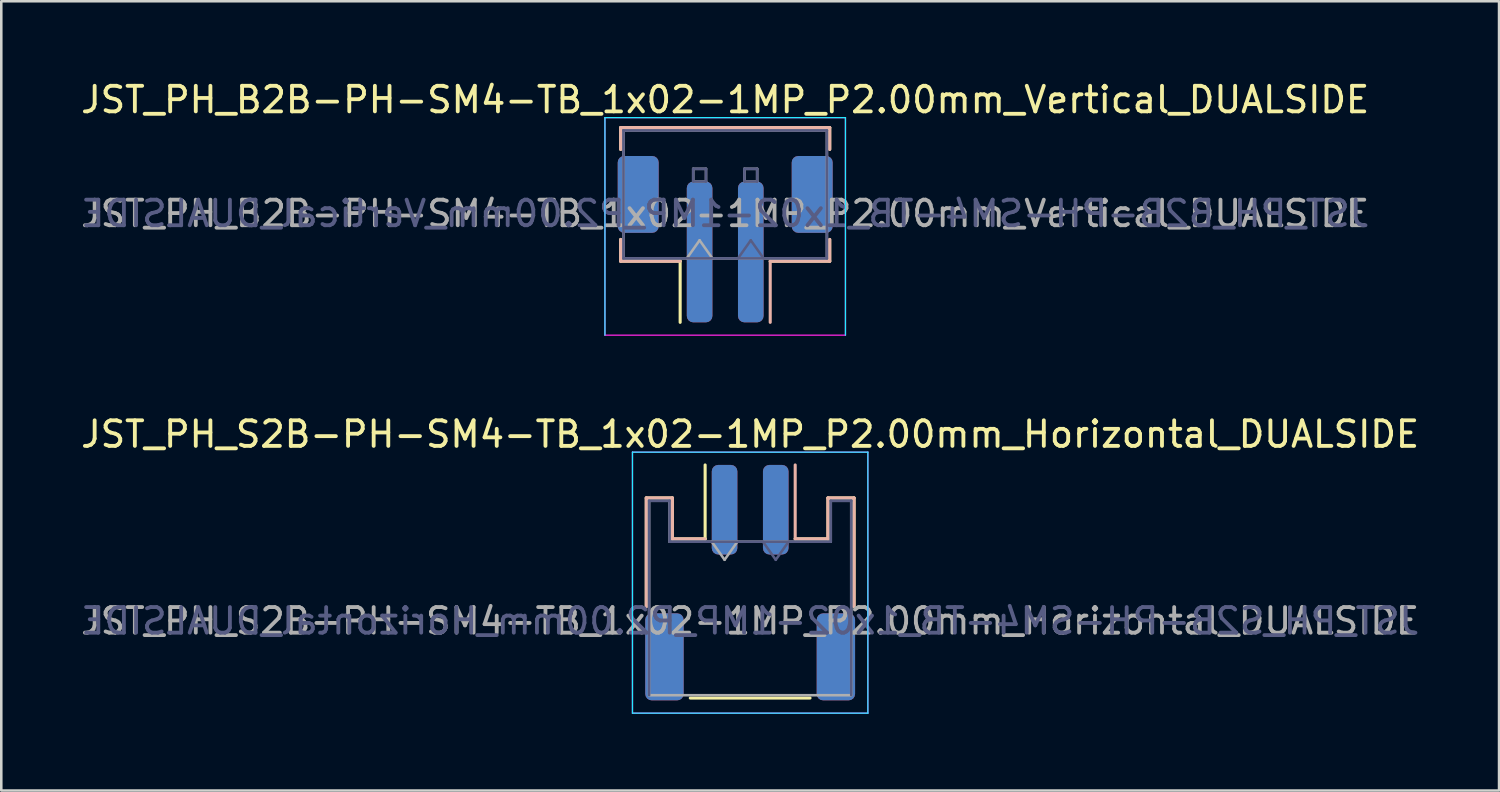
<source format=kicad_pcb>
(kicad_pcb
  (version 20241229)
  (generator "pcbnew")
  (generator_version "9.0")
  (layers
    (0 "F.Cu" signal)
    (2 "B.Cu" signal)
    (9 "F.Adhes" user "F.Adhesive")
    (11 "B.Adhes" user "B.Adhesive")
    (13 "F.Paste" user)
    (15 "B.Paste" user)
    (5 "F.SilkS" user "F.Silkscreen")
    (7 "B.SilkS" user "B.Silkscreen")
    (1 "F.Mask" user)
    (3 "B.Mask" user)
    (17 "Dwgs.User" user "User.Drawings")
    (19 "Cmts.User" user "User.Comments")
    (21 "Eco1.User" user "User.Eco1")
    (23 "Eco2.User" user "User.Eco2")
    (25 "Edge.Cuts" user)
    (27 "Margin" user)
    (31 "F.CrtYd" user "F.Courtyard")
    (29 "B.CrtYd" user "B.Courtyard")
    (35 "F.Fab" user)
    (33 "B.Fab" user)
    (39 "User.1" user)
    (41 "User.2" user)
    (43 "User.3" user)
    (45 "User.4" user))
  (footprint "JST_PH_B2B-PH-SM4-TB_1x02-1MP_P2.00mm_Vertical_DUALSIDE"
    (layer "F.Cu")
    (at 25.292 6.298)
    (property "Reference" "JST_PH_B2B-PH-SM4-TB_1x02-1MP_P2.00mm_Vertical_DUALSIDE" (at 0 -5.45 0) (layer "F.SilkS") (effects (font (size 1 1) (thickness 0.15))))
    (attr smd)
    (fp_line (start -4.085 -4.36) (end 4.085 -4.36) (stroke (width 0.12) (type solid)) (layer "F.SilkS"))
    (fp_line (start -4.085 -3.51) (end -4.085 -4.36) (stroke (width 0.12) (type solid)) (layer "F.SilkS"))
    (fp_line (start -4.085 0.01) (end -4.085 0.86) (stroke (width 0.12) (type solid)) (layer "F.SilkS"))
    (fp_line (start -4.085 0.86) (end -1.76 0.86) (stroke (width 0.12) (type solid)) (layer "F.SilkS"))
    (fp_line (start -1.76 0.86) (end -1.76 3.25) (stroke (width 0.12) (type solid)) (layer "F.SilkS"))
    (fp_line (start 4.085 -4.36) (end 4.085 -3.51) (stroke (width 0.12) (type solid)) (layer "F.SilkS"))
    (fp_line (start 4.085 0.01) (end 4.085 0.86) (stroke (width 0.12) (type solid)) (layer "F.SilkS"))
    (fp_line (start 4.085 0.86) (end 1.76 0.86) (stroke (width 0.12) (type solid)) (layer "F.SilkS"))
    (fp_line (start -4.085 -4.36) (end -4.085 -3.51) (stroke (width 0.12) (type solid)) (layer "B.SilkS"))
    (fp_line (start -4.085 0.01) (end -4.085 0.86) (stroke (width 0.12) (type solid)) (layer "B.SilkS"))
    (fp_line (start -4.085 0.86) (end -1.76 0.86) (stroke (width 0.12) (type solid)) (layer "B.SilkS"))
    (fp_line (start 1.76 0.86) (end 1.76 3.25) (stroke (width 0.12) (type solid)) (layer "B.SilkS"))
    (fp_line (start 4.085 -4.36) (end -4.085 -4.36) (stroke (width 0.12) (type solid)) (layer "B.SilkS"))
    (fp_line (start 4.085 -3.51) (end 4.085 -4.36) (stroke (width 0.12) (type solid)) (layer "B.SilkS"))
    (fp_line (start 4.085 0.01) (end 4.085 0.86) (stroke (width 0.12) (type solid)) (layer "B.SilkS"))
    (fp_line (start 4.085 0.86) (end 1.76 0.86) (stroke (width 0.12) (type solid)) (layer "B.SilkS"))
    (fp_line (start -4.7 -4.75) (end 4.7 -4.75) (stroke (width 0.05) (type solid)) (layer "B.CrtYd"))
    (fp_line (start -4.7 3.75) (end -4.7 -4.75) (stroke (width 0.05) (type solid)) (layer "B.CrtYd"))
    (fp_line (start 4.7 -4.75) (end 4.7 3.75) (stroke (width 0.05) (type solid)) (layer "B.CrtYd"))
    (fp_line (start -4.7 -4.75) (end -4.7 3.75) (stroke (width 0.05) (type solid)) (layer "F.CrtYd"))
    (fp_line (start -4.7 3.75) (end 4.7 3.75) (stroke (width 0.05) (type solid)) (layer "F.CrtYd"))
    (fp_line (start 4.7 -4.75) (end -4.7 -4.75) (stroke (width 0.05) (type solid)) (layer "F.CrtYd"))
    (fp_line (start 4.7 3.75) (end 4.7 -4.75) (stroke (width 0.05) (type solid)) (layer "F.CrtYd"))
    (fp_line (start -3.975 0.75) (end -3.975 -4.25) (stroke (width 0.1) (type solid)) (layer "B.Fab"))
    (fp_line (start -1.25 -2.75) (end -0.75 -2.75) (stroke (width 0.1) (type solid)) (layer "B.Fab"))
    (fp_line (start -1.25 -2.25) (end -1.25 -2.75) (stroke (width 0.1) (type solid)) (layer "B.Fab"))
    (fp_line (start -0.75 -2.75) (end -0.75 -2.25) (stroke (width 0.1) (type solid)) (layer "B.Fab"))
    (fp_line (start -0.75 -2.25) (end -1.25 -2.25) (stroke (width 0.1) (type solid)) (layer "B.Fab"))
    (fp_line (start 0.75 -2.75) (end 1.25 -2.75) (stroke (width 0.1) (type solid)) (layer "B.Fab"))
    (fp_line (start 0.75 -2.25) (end 0.75 -2.75) (stroke (width 0.1) (type solid)) (layer "B.Fab"))
    (fp_line (start 1 0.043) (end 0.5 0.75) (stroke (width 0.1) (type solid)) (layer "B.Fab"))
    (fp_line (start 1.25 -2.75) (end 1.25 -2.25) (stroke (width 0.1) (type solid)) (layer "B.Fab"))
    (fp_line (start 1.25 -2.25) (end 0.75 -2.25) (stroke (width 0.1) (type solid)) (layer "B.Fab"))
    (fp_line (start 1.5 0.75) (end 1 0.043) (stroke (width 0.1) (type solid)) (layer "B.Fab"))
    (fp_line (start 3.975 -4.25) (end -3.975 -4.25) (stroke (width 0.1) (type solid)) (layer "B.Fab"))
    (fp_line (start 3.975 0.75) (end -3.975 0.75) (stroke (width 0.1) (type solid)) (layer "B.Fab"))
    (fp_line (start 3.975 0.75) (end 3.975 -4.25) (stroke (width 0.1) (type solid)) (layer "B.Fab"))
    (fp_line (start -3.975 -4.25) (end 3.975 -4.25) (stroke (width 0.1) (type solid)) (layer "F.Fab"))
    (fp_line (start -3.975 0.75) (end -3.975 -4.25) (stroke (width 0.1) (type solid)) (layer "F.Fab"))
    (fp_line (start -3.975 0.75) (end 3.975 0.75) (stroke (width 0.1) (type solid)) (layer "F.Fab"))
    (fp_line (start -1.5 0.75) (end -1 0.043) (stroke (width 0.1) (type solid)) (layer "F.Fab"))
    (fp_line (start -1.25 -2.75) (end -1.25 -2.25) (stroke (width 0.1) (type solid)) (layer "F.Fab"))
    (fp_line (start -1.25 -2.25) (end -0.75 -2.25) (stroke (width 0.1) (type solid)) (layer "F.Fab"))
    (fp_line (start -1 0.043) (end -0.5 0.75) (stroke (width 0.1) (type solid)) (layer "F.Fab"))
    (fp_line (start -0.75 -2.75) (end -1.25 -2.75) (stroke (width 0.1) (type solid)) (layer "F.Fab"))
    (fp_line (start -0.75 -2.25) (end -0.75 -2.75) (stroke (width 0.1) (type solid)) (layer "F.Fab"))
    (fp_line (start 0.75 -2.75) (end 0.75 -2.25) (stroke (width 0.1) (type solid)) (layer "F.Fab"))
    (fp_line (start 0.75 -2.25) (end 1.25 -2.25) (stroke (width 0.1) (type solid)) (layer "F.Fab"))
    (fp_line (start 1.25 -2.75) (end 0.75 -2.75) (stroke (width 0.1) (type solid)) (layer "F.Fab"))
    (fp_line (start 1.25 -2.25) (end 1.25 -2.75) (stroke (width 0.1) (type solid)) (layer "F.Fab"))
    (fp_line (start 3.975 0.75) (end 3.975 -4.25) (stroke (width 0.1) (type solid)) (layer "F.Fab"))
    (fp_text user "${REFERENCE}" (at 0 -1 0) (layer "B.Fab") (effects (font (size 1 1) (thickness 0.15)) (justify mirror)))
    (fp_text user "${REFERENCE}" (at 0 -1 0) (layer "F.Fab") (effects (font (size 1 1) (thickness 0.15))))
    (pad "1" smd roundrect (at -1 0.5) (size 1 5.5) (layers "F.Cu" "F.Mask" "F.Paste") (roundrect_rratio 0.25))
    (pad "1" smd roundrect (at 1 0.5) (size 1 5.5) (layers "B.Cu" "B.Mask" "B.Paste") (roundrect_rratio 0.25))
    (pad "2" smd roundrect (at -1 0.5) (size 1 5.5) (layers "B.Cu" "B.Mask" "B.Paste") (roundrect_rratio 0.25))
    (pad "2" smd roundrect (at 1 0.5) (size 1 5.5) (layers "F.Cu" "F.Mask" "F.Paste") (roundrect_rratio 0.25))
    (pad "MP" smd roundrect (at -3.4 -1.75) (size 1.6 3) (layers "F.Cu" "F.Mask" "F.Paste") (roundrect_rratio 0.156))
    (pad "MP" smd roundrect (at -3.4 -1.75) (size 1.6 3) (layers "B.Cu" "B.Mask" "B.Paste") (roundrect_rratio 0.156))
    (pad "MP" smd roundrect (at 3.4 -1.75) (size 1.6 3) (layers "F.Cu" "F.Mask" "F.Paste") (roundrect_rratio 0.156))
    (pad "MP" smd roundrect (at 3.4 -1.75) (size 1.6 3) (layers "B.Cu" "B.Mask" "B.Paste") (roundrect_rratio 0.156)))
  (footprint "JST_PH_S2B-PH-SM4-TB_1x02-1MP_P2.00mm_Horizontal_DUALSIDE"
    (layer "F.Cu")
    (at 26.268 19.721)
    (property "Reference" "JST_PH_S2B-PH-SM4-TB_1x02-1MP_P2.00mm_Horizontal_DUALSIDE" (at 0 -5.8 0) (layer "F.SilkS") (effects (font (size 1 1) (thickness 0.15))))
    (attr smd)
    (fp_line (start -4.06 -3.31) (end -3.04 -3.31) (stroke (width 0.12) (type solid)) (layer "F.SilkS"))
    (fp_line (start -4.06 0.94) (end -4.06 -3.31) (stroke (width 0.12) (type solid)) (layer "F.SilkS"))
    (fp_line (start -3.04 -3.31) (end -3.04 -1.71) (stroke (width 0.12) (type solid)) (layer "F.SilkS"))
    (fp_line (start -3.04 -1.71) (end -1.76 -1.71) (stroke (width 0.12) (type solid)) (layer "F.SilkS"))
    (fp_line (start -2.34 4.51) (end 2.34 4.51) (stroke (width 0.12) (type solid)) (layer "F.SilkS"))
    (fp_line (start -1.76 -1.71) (end -1.76 -4.6) (stroke (width 0.12) (type solid)) (layer "F.SilkS"))
    (fp_line (start 3.04 -3.31) (end 3.04 -1.71) (stroke (width 0.12) (type solid)) (layer "F.SilkS"))
    (fp_line (start 3.04 -1.71) (end 1.76 -1.71) (stroke (width 0.12) (type solid)) (layer "F.SilkS"))
    (fp_line (start 4.06 -3.31) (end 3.04 -3.31) (stroke (width 0.12) (type solid)) (layer "F.SilkS"))
    (fp_line (start 4.06 0.94) (end 4.06 -3.31) (stroke (width 0.12) (type solid)) (layer "F.SilkS"))
    (fp_line (start -4.06 -3.31) (end -3.04 -3.31) (stroke (width 0.12) (type solid)) (layer "B.SilkS"))
    (fp_line (start -4.06 0.94) (end -4.06 -3.31) (stroke (width 0.12) (type solid)) (layer "B.SilkS"))
    (fp_line (start -3.04 -3.31) (end -3.04 -1.71) (stroke (width 0.12) (type solid)) (layer "B.SilkS"))
    (fp_line (start -3.04 -1.71) (end -1.76 -1.71) (stroke (width 0.12) (type solid)) (layer "B.SilkS"))
    (fp_line (start 1.76 -1.71) (end 1.76 -4.6) (stroke (width 0.12) (type solid)) (layer "B.SilkS"))
    (fp_line (start 3.04 -3.31) (end 3.04 -1.71) (stroke (width 0.12) (type solid)) (layer "B.SilkS"))
    (fp_line (start 3.04 -1.71) (end 1.76 -1.71) (stroke (width 0.12) (type solid)) (layer "B.SilkS"))
    (fp_line (start 4.06 -3.31) (end 3.04 -3.31) (stroke (width 0.12) (type solid)) (layer "B.SilkS"))
    (fp_line (start 4.06 0.94) (end 4.06 -3.31) (stroke (width 0.12) (type solid)) (layer "B.SilkS"))
    (fp_line (start -4.6 -5.1) (end 4.6 -5.1) (stroke (width 0.05) (type solid)) (layer "B.CrtYd"))
    (fp_line (start -4.6 5.1) (end -4.6 -5.1) (stroke (width 0.05) (type solid)) (layer "B.CrtYd"))
    (fp_line (start -4.6 5.1) (end 4.6 5.1) (stroke (width 0.05) (type solid)) (layer "B.CrtYd"))
    (fp_line (start 4.6 -5.1) (end 4.6 5.1) (stroke (width 0.05) (type solid)) (layer "B.CrtYd"))
    (fp_line (start -4.6 -5.1) (end -4.6 5.1) (stroke (width 0.05) (type solid)) (layer "F.CrtYd"))
    (fp_line (start -4.6 5.1) (end 4.6 5.1) (stroke (width 0.05) (type solid)) (layer "F.CrtYd"))
    (fp_line (start 4.6 -5.1) (end -4.6 -5.1) (stroke (width 0.05) (type solid)) (layer "F.CrtYd"))
    (fp_line (start 4.6 5.1) (end 4.6 -5.1) (stroke (width 0.05) (type solid)) (layer "F.CrtYd"))
    (fp_line (start -3.95 -3.2) (end -3.95 4.4) (stroke (width 0.1) (type solid)) (layer "B.Fab"))
    (fp_line (start -3.15 -3.2) (end -3.95 -3.2) (stroke (width 0.1) (type solid)) (layer "B.Fab"))
    (fp_line (start -3.15 -1.6) (end -3.15 -3.2) (stroke (width 0.1) (type solid)) (layer "B.Fab"))
    (fp_line (start 1 -0.893) (end 0.5 -1.6) (stroke (width 0.1) (type solid)) (layer "B.Fab"))
    (fp_line (start 1.5 -1.6) (end 1 -0.893) (stroke (width 0.1) (type solid)) (layer "B.Fab"))
    (fp_line (start 3.15 -3.2) (end 3.15 -1.6) (stroke (width 0.1) (type solid)) (layer "B.Fab"))
    (fp_line (start 3.15 -1.6) (end -3.15 -1.6) (stroke (width 0.1) (type solid)) (layer "B.Fab"))
    (fp_line (start 3.95 -3.2) (end 3.15 -3.2) (stroke (width 0.1) (type solid)) (layer "B.Fab"))
    (fp_line (start 3.95 -3.2) (end 3.95 4.4) (stroke (width 0.1) (type solid)) (layer "B.Fab"))
    (fp_line (start -3.95 -3.2) (end -3.95 4.4) (stroke (width 0.1) (type solid)) (layer "F.Fab"))
    (fp_line (start -3.95 -3.2) (end -3.15 -3.2) (stroke (width 0.1) (type solid)) (layer "F.Fab"))
    (fp_line (start -3.95 4.4) (end 3.95 4.4) (stroke (width 0.1) (type solid)) (layer "F.Fab"))
    (fp_line (start -3.15 -3.2) (end -3.15 -1.6) (stroke (width 0.1) (type solid)) (layer "F.Fab"))
    (fp_line (start -3.15 -1.6) (end 3.15 -1.6) (stroke (width 0.1) (type solid)) (layer "F.Fab"))
    (fp_line (start -1.5 -1.6) (end -1 -0.893) (stroke (width 0.1) (type solid)) (layer "F.Fab"))
    (fp_line (start -1 -0.893) (end -0.5 -1.6) (stroke (width 0.1) (type solid)) (layer "F.Fab"))
    (fp_line (start 3.15 -3.2) (end 3.95 -3.2) (stroke (width 0.1) (type solid)) (layer "F.Fab"))
    (fp_line (start 3.15 -1.6) (end 3.15 -3.2) (stroke (width 0.1) (type solid)) (layer "F.Fab"))
    (fp_line (start 3.95 -3.2) (end 3.95 4.4) (stroke (width 0.1) (type solid)) (layer "F.Fab"))
    (fp_text user "${REFERENCE}" (at 0 1.5 0) (layer "B.Fab") (effects (font (size 1 1) (thickness 0.15)) (justify mirror)))
    (fp_text user "${REFERENCE}" (at 0 1.5 0) (layer "F.Fab") (effects (font (size 1 1) (thickness 0.15))))
    (pad "1" smd roundrect (at -1 -2.85) (size 1 3.5) (layers "F.Cu" "F.Mask" "F.Paste") (roundrect_rratio 0.25))
    (pad "1" smd roundrect (at 1 -2.85) (size 1 3.5) (layers "B.Cu" "B.Mask" "B.Paste") (roundrect_rratio 0.25))
    (pad "2" smd roundrect (at -1 -2.85) (size 1 3.5) (layers "B.Cu" "B.Mask" "B.Paste") (roundrect_rratio 0.25))
    (pad "2" smd roundrect (at 1 -2.85) (size 1 3.5) (layers "F.Cu" "F.Mask" "F.Paste") (roundrect_rratio 0.25))
    (pad "MP" smd roundrect (at -3.35 2.9) (size 1.5 3.4) (layers "F.Cu" "F.Mask" "F.Paste") (roundrect_rratio 0.167))
    (pad "MP" smd roundrect (at -3.35 2.9) (size 1.5 3.4) (layers "B.Cu" "B.Mask" "B.Paste") (roundrect_rratio 0.167))
    (pad "MP" smd roundrect (at 3.35 2.9) (size 1.5 3.4) (layers "F.Cu" "F.Mask" "F.Paste") (roundrect_rratio 0.167))
    (pad "MP" smd roundrect (at 3.35 2.9) (size 1.5 3.4) (layers "B.Cu" "B.Mask" "B.Paste") (roundrect_rratio 0.167)))
  (gr_rect
    (start -3 -3)
    (end 55.536 27.846)
    (stroke (width 0.1) (type default))
    (fill no)
    (layer "Edge.Cuts")))
</source>
